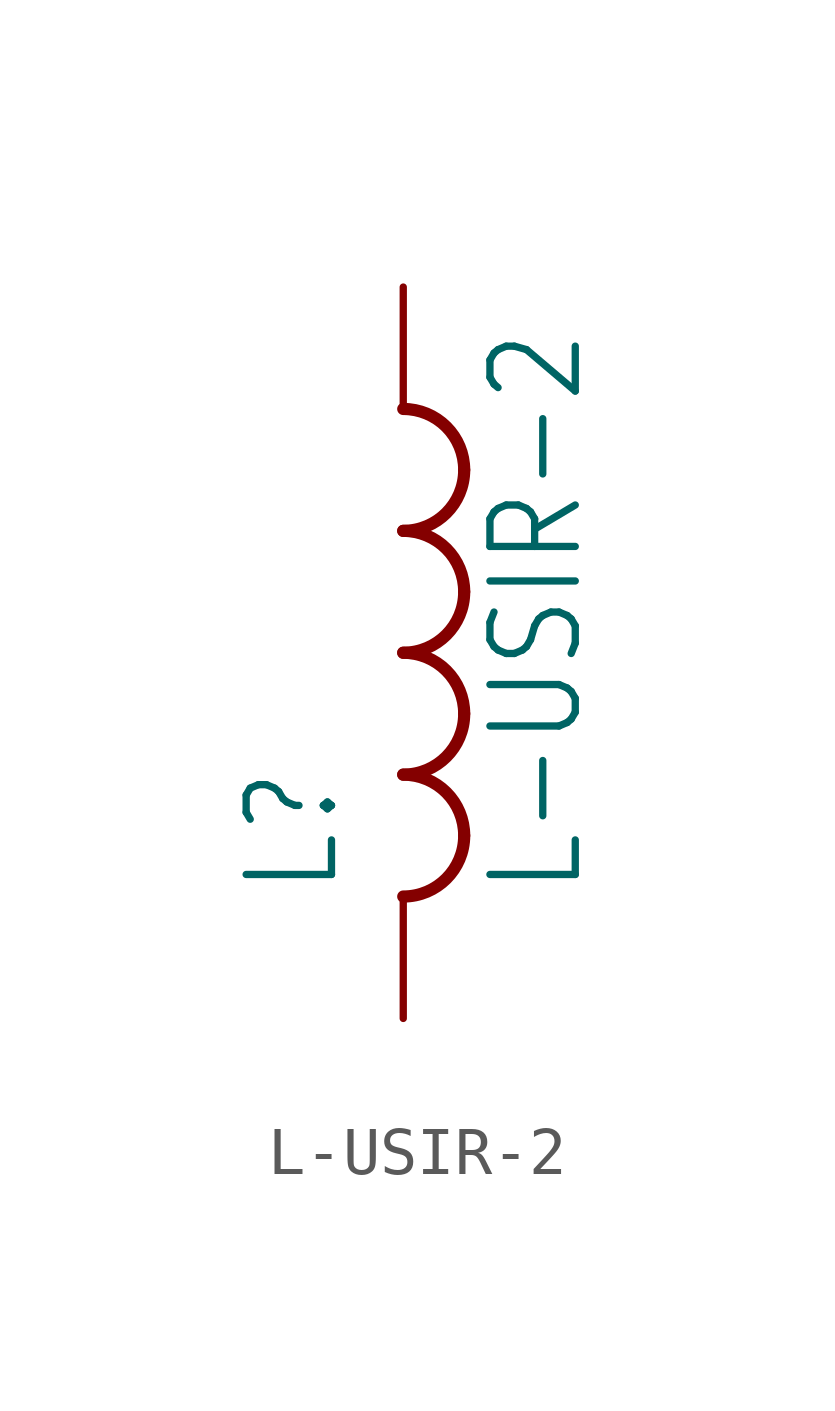
<source format=kicad_sym>
(kicad_symbol_lib
  (version 20220914)
  (generator kicad_symbol_editor)
  (symbol "L-USIR-2"
    (property "Reference" "L"
      (at -1.27 -5.08 90)
      (effects (font (size 1.778 1.511)) (justify left bottom)))
    (property "Value" "L-USIR-2"
      (at 3.81 -5.08 90)
      (effects (font (size 1.778 1.511)) (justify left bottom)))
    (property "ki_locked" ""
      (at 0 0 0)
      (effects (font (size 1.27 1.27))))
    (symbol "L-USIR-2_1_0"
      (arc (start 0 -5.08) (mid 0.898 -4.708) (end 1.27 -3.81) (stroke (width 0.254) (type default)) (fill (type none)))
      (arc (start 0 -2.54) (mid 0.898 -2.168) (end 1.27 -1.27) (stroke (width 0.254) (type default)) (fill (type none)))
      (arc (start 0 0) (mid 0.898 0.372) (end 1.27 1.27) (stroke (width 0.254) (type default)) (fill (type none)))
      (arc (start 0 2.54) (mid 0.898 2.912) (end 1.27 3.81) (stroke (width 0.254) (type default)) (fill (type none)))
      (arc (start 1.27 -3.81) (mid 0.898 -2.912) (end 0 -2.54) (stroke (width 0.254) (type default)) (fill (type none)))
      (arc (start 1.27 -1.27) (mid 0.898 -0.372) (end 0 0) (stroke (width 0.254) (type default)) (fill (type none)))
      (arc (start 1.27 1.27) (mid 0.898 2.168) (end 0 2.54) (stroke (width 0.254) (type default)) (fill (type none)))
      (arc (start 1.27 3.81) (mid 0.898 4.708) (end 0 5.08) (stroke (width 0.254) (type default)) (fill (type none)))
      (pin passive line (at 0 7.62 270) (length 2.54) (name "1" (effects (font (size 0 0)))) (number "1" (effects (font (size 0 0)))))
      (pin passive line (at 0 -7.62 90) (length 2.54) (name "2" (effects (font (size 0 0)))) (number "2" (effects (font (size 0 0))))))))
</source>
